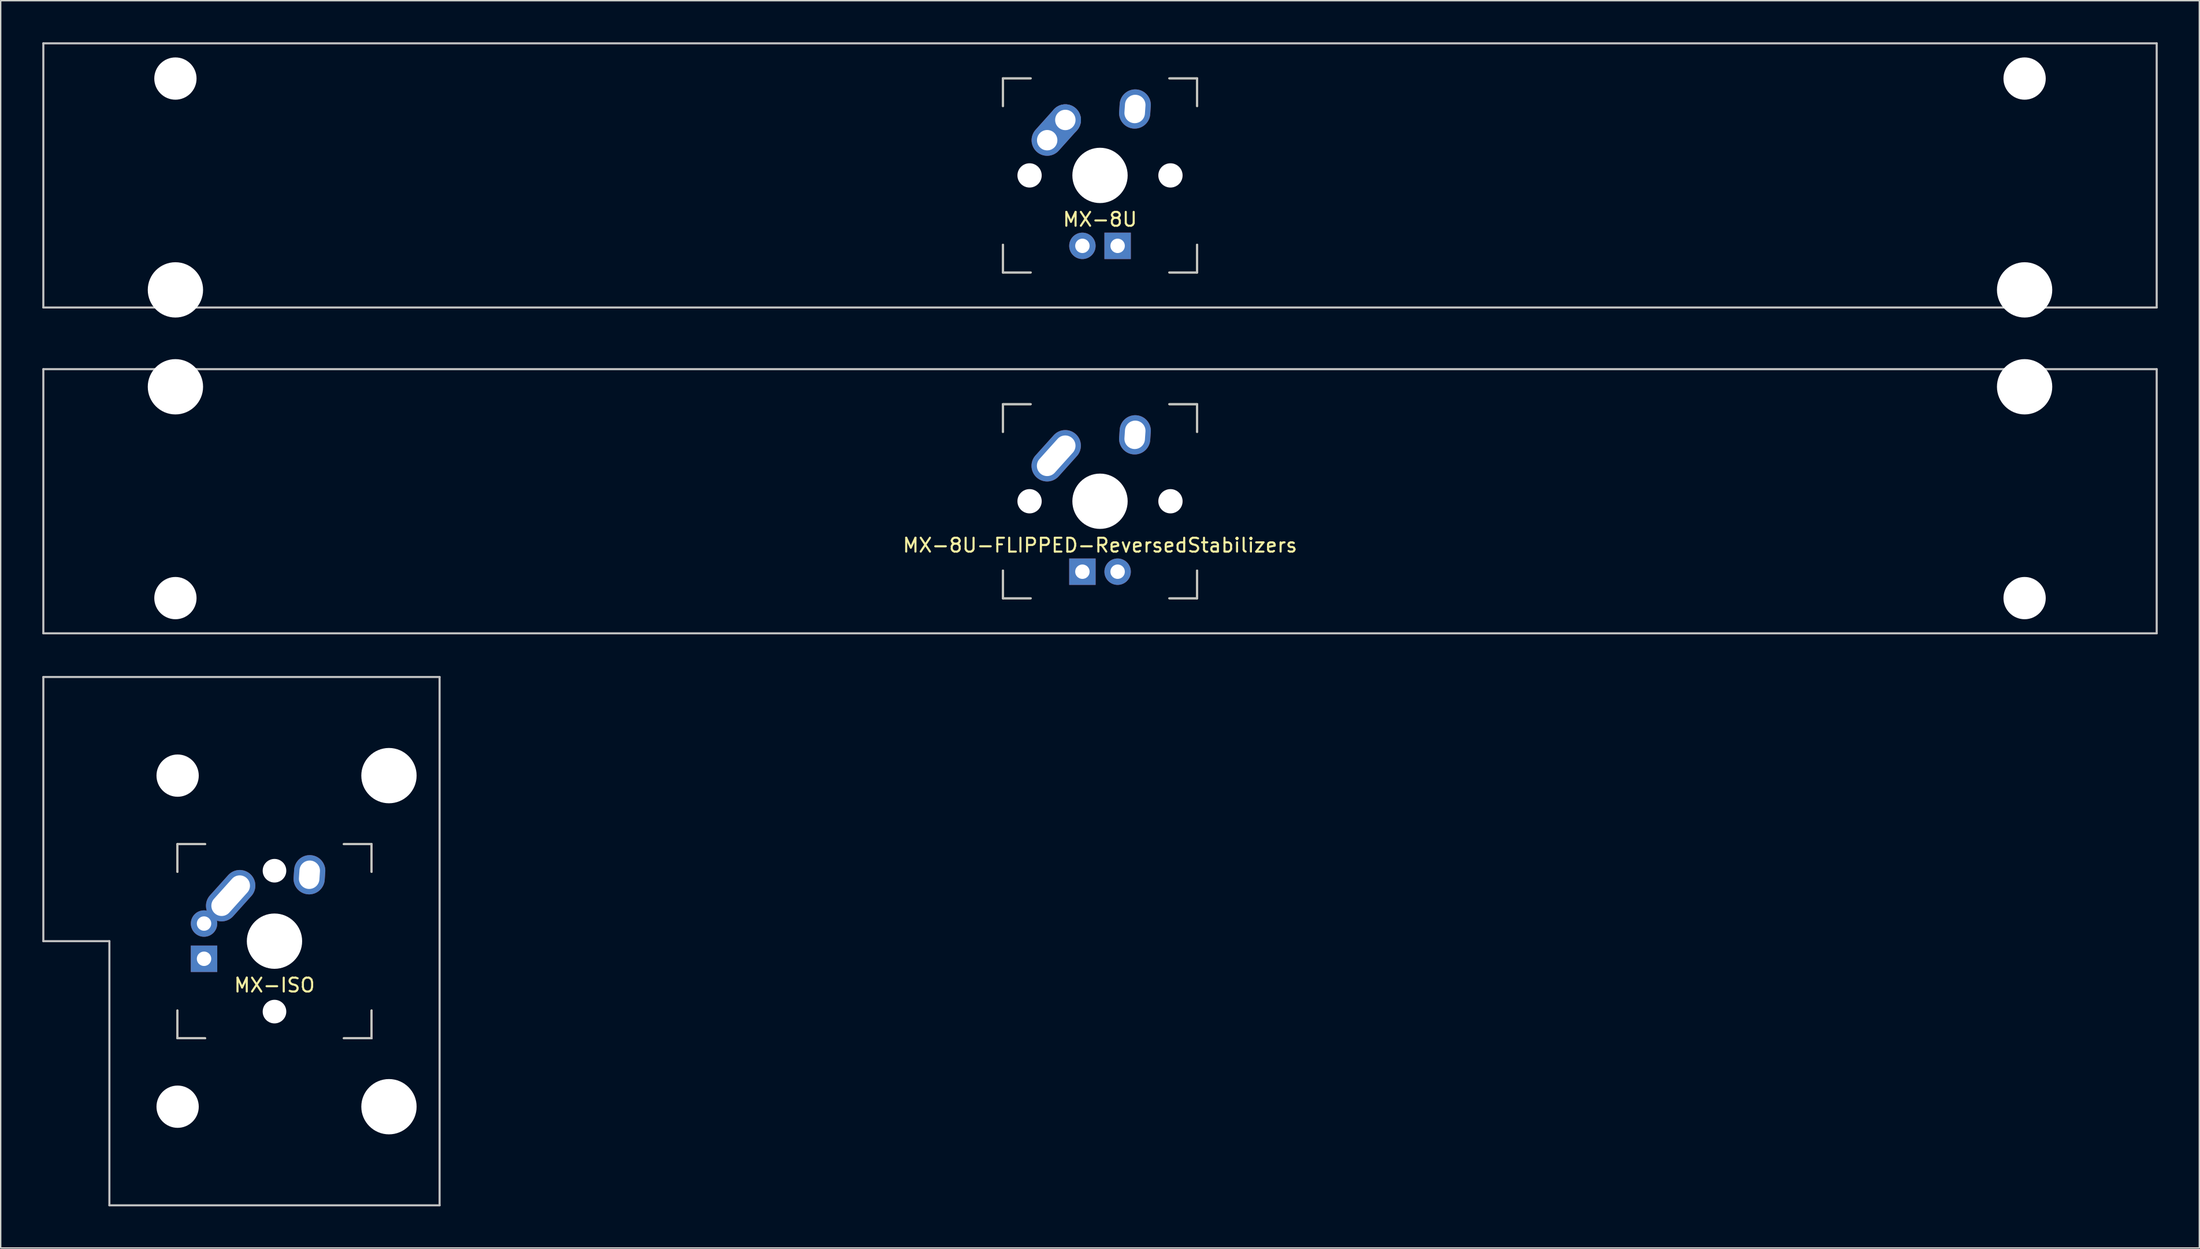
<source format=kicad_pcb>
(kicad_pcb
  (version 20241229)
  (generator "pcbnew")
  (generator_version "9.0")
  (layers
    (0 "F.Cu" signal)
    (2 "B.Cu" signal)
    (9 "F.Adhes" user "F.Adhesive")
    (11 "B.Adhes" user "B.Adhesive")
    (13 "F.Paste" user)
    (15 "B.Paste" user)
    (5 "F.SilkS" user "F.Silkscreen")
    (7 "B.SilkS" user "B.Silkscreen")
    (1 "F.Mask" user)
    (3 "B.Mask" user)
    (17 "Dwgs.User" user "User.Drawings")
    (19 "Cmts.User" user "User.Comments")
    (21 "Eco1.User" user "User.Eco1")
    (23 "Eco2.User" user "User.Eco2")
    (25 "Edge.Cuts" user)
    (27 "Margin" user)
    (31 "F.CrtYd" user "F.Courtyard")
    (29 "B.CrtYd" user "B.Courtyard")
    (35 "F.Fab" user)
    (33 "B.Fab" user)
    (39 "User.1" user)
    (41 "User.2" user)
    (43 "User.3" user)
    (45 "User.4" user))
  (footprint "MX-ISO"
    (layer "F.Cu")
    (at 16.744 64.823)
    (property "Reference" "MX-ISO" (at 0 3.175 0) (layer "F.SilkS") (effects (font (size 1 1) (thickness 0.15))))
    (attr through_hole)
    (fp_line (start -7 -7) (end -7 -5) (stroke (width 0.15) (type solid)) (layer "F.SilkS"))
    (fp_line (start -7 5) (end -7 7) (stroke (width 0.15) (type solid)) (layer "F.SilkS"))
    (fp_line (start -7 7) (end -5 7) (stroke (width 0.15) (type solid)) (layer "F.SilkS"))
    (fp_line (start -5 -7) (end -7 -7) (stroke (width 0.15) (type solid)) (layer "F.SilkS"))
    (fp_line (start 5 -7) (end 7 -7) (stroke (width 0.15) (type solid)) (layer "F.SilkS"))
    (fp_line (start 5 7) (end 7 7) (stroke (width 0.15) (type solid)) (layer "F.SilkS"))
    (fp_line (start 7 -7) (end 7 -5) (stroke (width 0.15) (type solid)) (layer "F.SilkS"))
    (fp_line (start 7 7) (end 7 5) (stroke (width 0.15) (type solid)) (layer "F.SilkS"))
    (fp_line (start -16.669 -19.05) (end -16.669 0) (stroke (width 0.15) (type solid)) (layer "Dwgs.User"))
    (fp_line (start -16.669 -19.05) (end 11.906 -19.05) (stroke (width 0.15) (type solid)) (layer "Dwgs.User"))
    (fp_line (start -11.906 0) (end -16.669 0) (stroke (width 0.15) (type solid)) (layer "Dwgs.User"))
    (fp_line (start -11.906 19.05) (end -11.906 0) (stroke (width 0.15) (type solid)) (layer "Dwgs.User"))
    (fp_line (start -11.906 19.05) (end 11.906 19.05) (stroke (width 0.15) (type solid)) (layer "Dwgs.User"))
    (fp_line (start -7 -7) (end -7 -5) (stroke (width 0.15) (type solid)) (layer "Dwgs.User"))
    (fp_line (start -7 5) (end -7 7) (stroke (width 0.15) (type solid)) (layer "Dwgs.User"))
    (fp_line (start -7 7) (end -5 7) (stroke (width 0.15) (type solid)) (layer "Dwgs.User"))
    (fp_line (start -5 -7) (end -7 -7) (stroke (width 0.15) (type solid)) (layer "Dwgs.User"))
    (fp_line (start 5 -7) (end 7 -7) (stroke (width 0.15) (type solid)) (layer "Dwgs.User"))
    (fp_line (start 5 7) (end 7 7) (stroke (width 0.15) (type solid)) (layer "Dwgs.User"))
    (fp_line (start 7 -7) (end 7 -5) (stroke (width 0.15) (type solid)) (layer "Dwgs.User"))
    (fp_line (start 7 7) (end 7 5) (stroke (width 0.15) (type solid)) (layer "Dwgs.User"))
    (fp_line (start 11.906 -19.05) (end 11.906 19.05) (stroke (width 0.15) (type solid)) (layer "Dwgs.User"))
    (pad "" np_thru_hole circle (at -6.985 -11.938) (size 3.048 3.048) (drill 3.048) (layers "*.Cu" "*.Mask"))
    (pad "" np_thru_hole circle (at -6.985 11.938) (size 3.048 3.048) (drill 3.048) (layers "*.Cu" "*.Mask"))
    (pad "" np_thru_hole circle (at 0 -5.08 48.1) (size 1.702 1.702) (drill 1.702) (layers "*.Cu" "*.Mask"))
    (pad "" np_thru_hole circle (at 0 0) (size 3.988 3.988) (drill 3.988) (layers "*.Cu" "*.Mask"))
    (pad "" np_thru_hole circle (at 0 5.08 48.1) (size 1.702 1.702) (drill 1.702) (layers "*.Cu" "*.Mask"))
    (pad "" np_thru_hole circle (at 8.255 -11.938) (size 3.988 3.988) (drill 3.988) (layers "*.Cu" "*.Mask"))
    (pad "" np_thru_hole circle (at 8.255 11.938) (size 3.988 3.988) (drill 3.988) (layers "*.Cu" "*.Mask"))
    (pad "1" thru_hole oval (at -3.16 -3.28 48) (size 4.21 2.25) (drill oval 3.43 1.48) (layers "*.Cu" "B.Mask"))
    (pad "2" thru_hole oval (at 2.52 -4.79 86) (size 2.831 2.25) (drill oval 2.051 1.48) (layers "*.Cu" "B.Mask"))
    (pad "3" thru_hole circle (at -5.08 -1.27) (size 1.905 1.905) (drill 1.04) (layers "*.Cu" "B.Mask"))
    (pad "4" thru_hole rect (at -5.08 1.27) (size 1.905 1.905) (drill 1.04) (layers "*.Cu" "B.Mask")))
  (footprint "MX-8U-FLIPPED-ReversedStabilizers"
    (layer "F.Cu")
    (at 76.275 33.098)
    (property "Reference" "MX-8U-FLIPPED-ReversedStabilizers" (at 0 3.175 0) (layer "F.SilkS") (effects (font (size 1 1) (thickness 0.15))))
    (attr through_hole)
    (fp_line (start -7 -7) (end -7 -5) (stroke (width 0.15) (type solid)) (layer "F.SilkS"))
    (fp_line (start -7 5) (end -7 7) (stroke (width 0.15) (type solid)) (layer "F.SilkS"))
    (fp_line (start -7 7) (end -5 7) (stroke (width 0.15) (type solid)) (layer "F.SilkS"))
    (fp_line (start -5 -7) (end -7 -7) (stroke (width 0.15) (type solid)) (layer "F.SilkS"))
    (fp_line (start 5 -7) (end 7 -7) (stroke (width 0.15) (type solid)) (layer "F.SilkS"))
    (fp_line (start 5 7) (end 7 7) (stroke (width 0.15) (type solid)) (layer "F.SilkS"))
    (fp_line (start 7 -7) (end 7 -5) (stroke (width 0.15) (type solid)) (layer "F.SilkS"))
    (fp_line (start 7 7) (end 7 5) (stroke (width 0.15) (type solid)) (layer "F.SilkS"))
    (fp_line (start -76.2 -9.525) (end 76.2 -9.525) (stroke (width 0.15) (type solid)) (layer "Dwgs.User"))
    (fp_line (start -76.2 9.525) (end -76.2 -9.525) (stroke (width 0.15) (type solid)) (layer "Dwgs.User"))
    (fp_line (start -76.2 9.525) (end 76.2 9.525) (stroke (width 0.15) (type solid)) (layer "Dwgs.User"))
    (fp_line (start -7 -7) (end -7 -5) (stroke (width 0.15) (type solid)) (layer "Dwgs.User"))
    (fp_line (start -7 5) (end -7 7) (stroke (width 0.15) (type solid)) (layer "Dwgs.User"))
    (fp_line (start -7 7) (end -5 7) (stroke (width 0.15) (type solid)) (layer "Dwgs.User"))
    (fp_line (start -5 -7) (end -7 -7) (stroke (width 0.15) (type solid)) (layer "Dwgs.User"))
    (fp_line (start 5 -7) (end 7 -7) (stroke (width 0.15) (type solid)) (layer "Dwgs.User"))
    (fp_line (start 5 7) (end 7 7) (stroke (width 0.15) (type solid)) (layer "Dwgs.User"))
    (fp_line (start 7 -7) (end 7 -5) (stroke (width 0.15) (type solid)) (layer "Dwgs.User"))
    (fp_line (start 7 7) (end 7 5) (stroke (width 0.15) (type solid)) (layer "Dwgs.User"))
    (fp_line (start 76.2 -9.525) (end 76.2 9.525) (stroke (width 0.15) (type solid)) (layer "Dwgs.User"))
    (pad "" np_thru_hole circle (at -66.675 -8.255) (size 3.988 3.988) (drill 3.988) (layers "*.Cu" "*.Mask"))
    (pad "" np_thru_hole circle (at -66.675 6.985) (size 3.048 3.048) (drill 3.048) (layers "*.Cu" "*.Mask"))
    (pad "" np_thru_hole circle (at -5.08 0 48.1) (size 1.75 1.75) (drill 1.75) (layers "*.Cu" "*.Mask"))
    (pad "" np_thru_hole circle (at 0 0) (size 3.988 3.988) (drill 3.988) (layers "*.Cu" "*.Mask"))
    (pad "" np_thru_hole circle (at 5.08 0 48.1) (size 1.75 1.75) (drill 1.75) (layers "*.Cu" "*.Mask"))
    (pad "" np_thru_hole circle (at 66.675 -8.255) (size 3.988 3.988) (drill 3.988) (layers "*.Cu" "*.Mask"))
    (pad "" np_thru_hole circle (at 66.675 6.985) (size 3.048 3.048) (drill 3.048) (layers "*.Cu" "*.Mask"))
    (pad "1" thru_hole oval (at -3.16 -3.28 48) (size 4.21 2.25) (drill oval 3.43 1.48) (layers "*.Cu" "*.Mask"))
    (pad "2" thru_hole oval (at 2.52 -4.79 86) (size 2.831 2.25) (drill oval 2.051 1.48) (layers "*.Cu" "*.Mask"))
    (pad "3" thru_hole circle (at 1.27 5.08) (size 1.905 1.905) (drill 1.04) (layers "*.Cu" "*.Mask"))
    (pad "4" thru_hole rect (at -1.27 5.08) (size 1.905 1.905) (drill 1.04) (layers "*.Cu" "*.Mask")))
  (footprint "MX-8U"
    (layer "F.Cu")
    (at 76.275 9.6)
    (property "Reference" "MX-8U" (at 0 3.175 0) (layer "F.SilkS") (effects (font (size 1 1) (thickness 0.15))))
    (attr through_hole)
    (fp_line (start -7 -7) (end -7 -5) (stroke (width 0.15) (type solid)) (layer "F.SilkS"))
    (fp_line (start -7 5) (end -7 7) (stroke (width 0.15) (type solid)) (layer "F.SilkS"))
    (fp_line (start -7 7) (end -5 7) (stroke (width 0.15) (type solid)) (layer "F.SilkS"))
    (fp_line (start -5 -7) (end -7 -7) (stroke (width 0.15) (type solid)) (layer "F.SilkS"))
    (fp_line (start 5 -7) (end 7 -7) (stroke (width 0.15) (type solid)) (layer "F.SilkS"))
    (fp_line (start 5 7) (end 7 7) (stroke (width 0.15) (type solid)) (layer "F.SilkS"))
    (fp_line (start 7 -7) (end 7 -5) (stroke (width 0.15) (type solid)) (layer "F.SilkS"))
    (fp_line (start 7 7) (end 7 5) (stroke (width 0.15) (type solid)) (layer "F.SilkS"))
    (fp_line (start -76.2 -9.525) (end 76.2 -9.525) (stroke (width 0.15) (type solid)) (layer "Dwgs.User"))
    (fp_line (start -76.2 9.525) (end -76.2 -9.525) (stroke (width 0.15) (type solid)) (layer "Dwgs.User"))
    (fp_line (start -76.2 9.525) (end 76.2 9.525) (stroke (width 0.15) (type solid)) (layer "Dwgs.User"))
    (fp_line (start -7 -7) (end -7 -5) (stroke (width 0.15) (type solid)) (layer "Dwgs.User"))
    (fp_line (start -7 5) (end -7 7) (stroke (width 0.15) (type solid)) (layer "Dwgs.User"))
    (fp_line (start -7 7) (end -5 7) (stroke (width 0.15) (type solid)) (layer "Dwgs.User"))
    (fp_line (start -5 -7) (end -7 -7) (stroke (width 0.15) (type solid)) (layer "Dwgs.User"))
    (fp_line (start 5 -7) (end 7 -7) (stroke (width 0.15) (type solid)) (layer "Dwgs.User"))
    (fp_line (start 5 7) (end 7 7) (stroke (width 0.15) (type solid)) (layer "Dwgs.User"))
    (fp_line (start 7 -7) (end 7 -5) (stroke (width 0.15) (type solid)) (layer "Dwgs.User"))
    (fp_line (start 7 7) (end 7 5) (stroke (width 0.15) (type solid)) (layer "Dwgs.User"))
    (fp_line (start 76.2 -9.525) (end 76.2 9.525) (stroke (width 0.15) (type solid)) (layer "Dwgs.User"))
    (pad "" np_thru_hole circle (at -66.675 -6.985) (size 3.048 3.048) (drill 3.048) (layers "*.Cu" "*.Mask"))
    (pad "" np_thru_hole circle (at -66.675 8.255) (size 3.988 3.988) (drill 3.988) (layers "*.Cu" "*.Mask"))
    (pad "" np_thru_hole circle (at -5.08 0 48.1) (size 1.75 1.75) (drill 1.75) (layers "*.Cu" "*.Mask"))
    (pad "" np_thru_hole circle (at 0 0) (size 3.988 3.988) (drill 3.988) (layers "*.Cu" "*.Mask"))
    (pad "" np_thru_hole circle (at 5.08 0 48.1) (size 1.75 1.75) (drill 1.75) (layers "*.Cu" "*.Mask"))
    (pad "" np_thru_hole circle (at 66.675 -6.985) (size 3.048 3.048) (drill 3.048) (layers "*.Cu" "*.Mask"))
    (pad "" np_thru_hole circle (at 66.675 8.255) (size 3.988 3.988) (drill 3.988) (layers "*.Cu" "*.Mask"))
    (pad "1" thru_hole oval (at -3.81 -2.54 48.1) (size 4.212 2.25) (drill 1.47 (offset 0.981 0)) (layers "*.Cu" "*.Mask"))
    (pad "1" thru_hole circle (at -2.5 -4) (size 2.25 2.25) (drill 1.47) (layers "*.Cu" "*.Mask"))
    (pad "2" thru_hole oval (at 2.52 -4.79 86) (size 2.831 2.25) (drill oval 2.051 1.48) (layers "*.Cu" "*.Mask"))
    (pad "3" thru_hole circle (at -1.27 5.08) (size 1.905 1.905) (drill 1.04) (layers "*.Cu" "*.Mask"))
    (pad "4" thru_hole rect (at 1.27 5.08) (size 1.905 1.905) (drill 1.04) (layers "*.Cu" "*.Mask")))
  (gr_rect
    (start -3 -3)
    (end 155.55 86.948)
    (stroke (width 0.1) (type default))
    (fill no)
    (layer "Edge.Cuts")))
</source>
